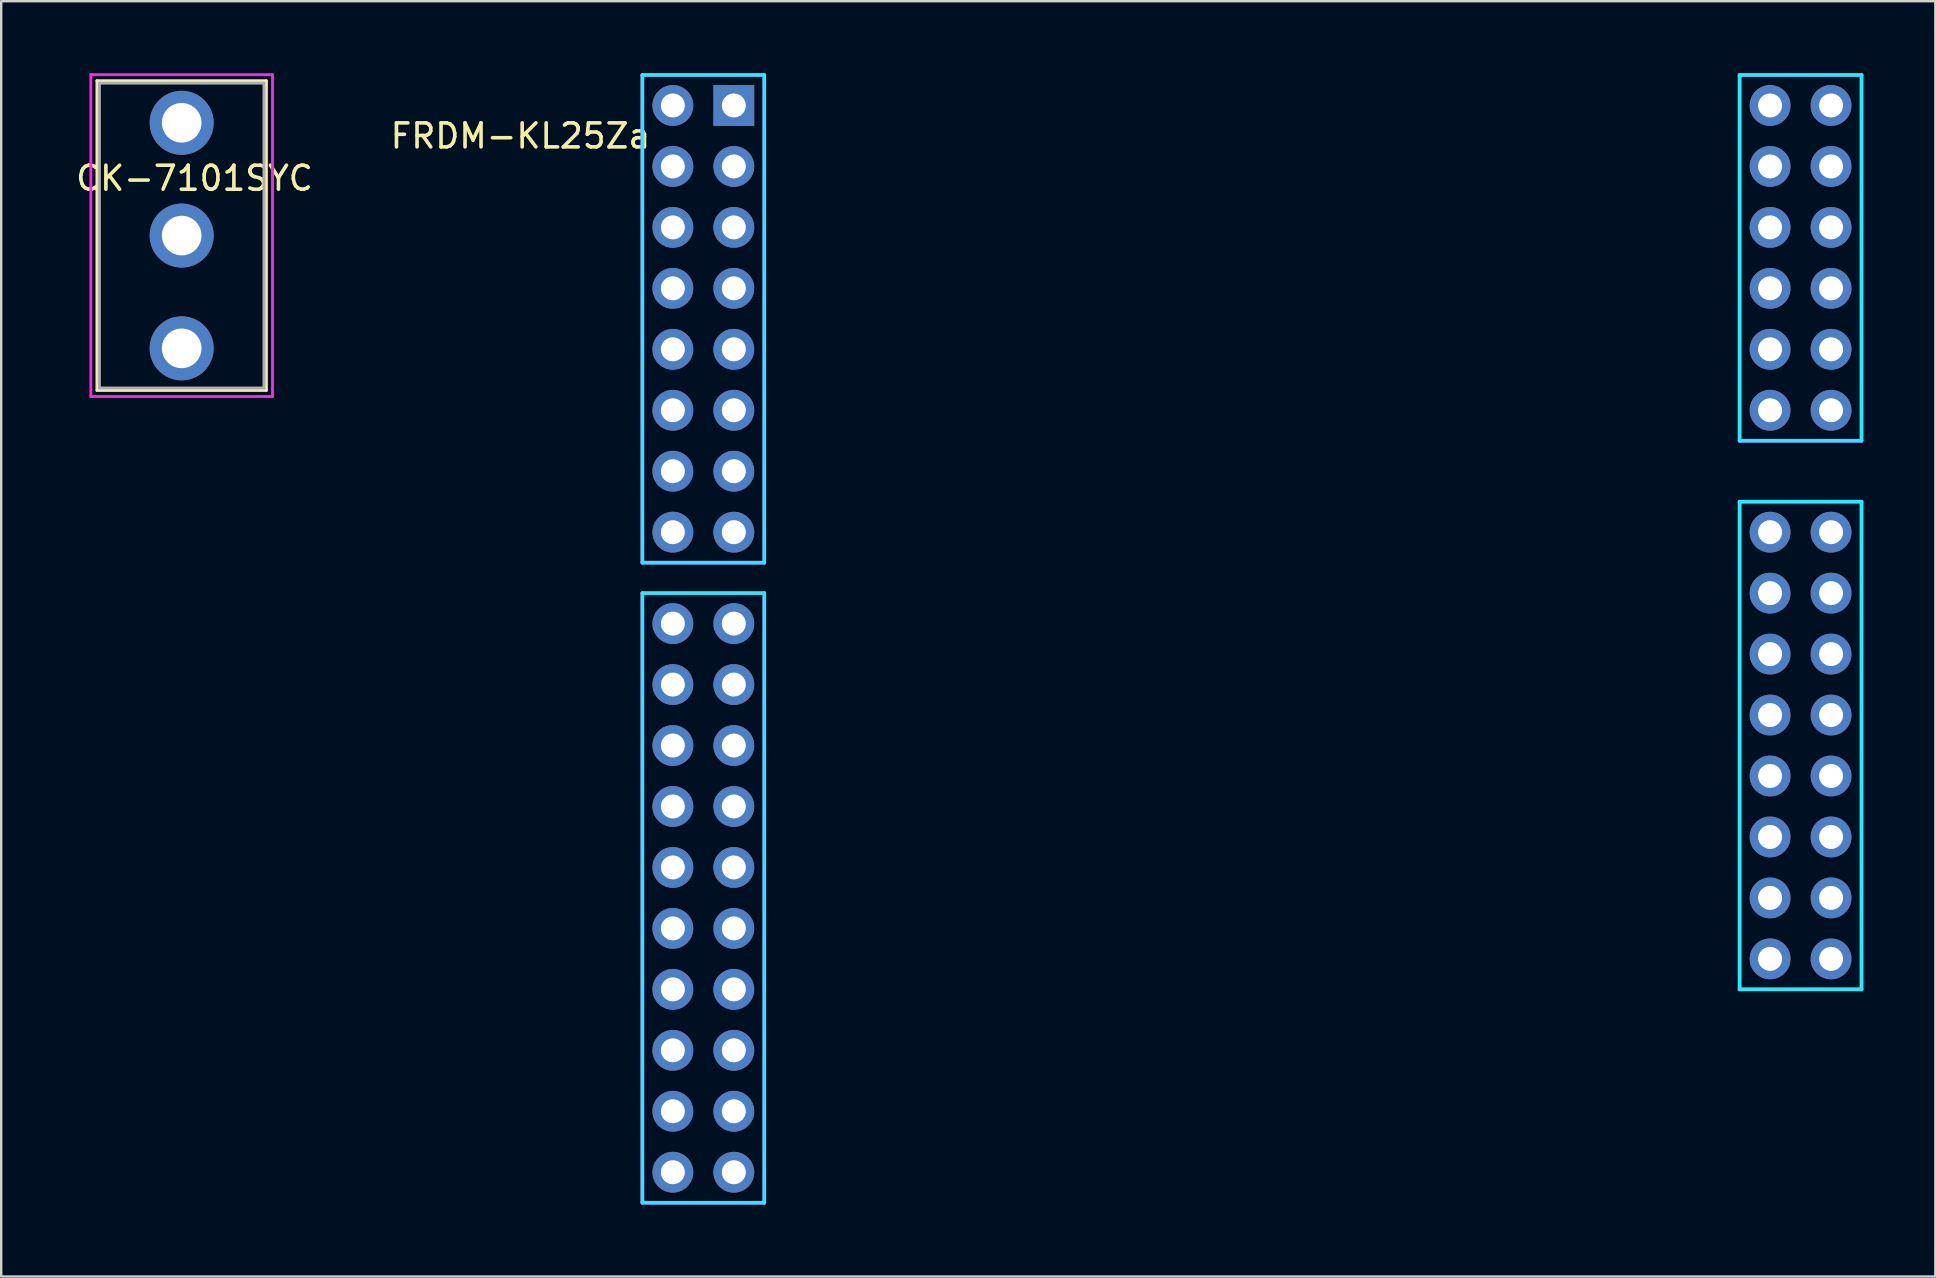
<source format=kicad_pcb>
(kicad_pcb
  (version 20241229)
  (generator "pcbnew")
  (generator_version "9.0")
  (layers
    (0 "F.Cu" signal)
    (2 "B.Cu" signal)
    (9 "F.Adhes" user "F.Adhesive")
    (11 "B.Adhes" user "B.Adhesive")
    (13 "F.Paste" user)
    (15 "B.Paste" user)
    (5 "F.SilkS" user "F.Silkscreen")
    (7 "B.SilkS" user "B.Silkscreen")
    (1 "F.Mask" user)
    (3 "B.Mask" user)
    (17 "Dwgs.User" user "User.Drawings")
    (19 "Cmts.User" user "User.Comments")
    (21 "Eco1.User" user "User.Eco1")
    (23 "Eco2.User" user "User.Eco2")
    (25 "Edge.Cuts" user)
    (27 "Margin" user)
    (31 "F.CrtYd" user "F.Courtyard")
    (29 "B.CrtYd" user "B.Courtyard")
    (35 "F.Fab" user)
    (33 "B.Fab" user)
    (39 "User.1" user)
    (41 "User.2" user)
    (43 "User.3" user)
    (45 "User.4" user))
  (footprint "FRDM-KL25Za"
    (layer "F.Cu")
    (at 27.527 1.345)
    (property "Reference" "FRDM-KL25Za" (at -8.89 1.27 0) (layer "F.SilkS") (effects (font (size 1 1) (thickness 0.15))))
    (attr through_hole)
    (fp_line (start -3.81 -1.27) (end -3.81 19.05) (stroke (width 0.15) (type solid)) (layer "B.CrtYd"))
    (fp_line (start -3.81 19.05) (end 1.27 19.05) (stroke (width 0.15) (type solid)) (layer "B.CrtYd"))
    (fp_line (start -3.81 20.32) (end -3.81 45.72) (stroke (width 0.15) (type solid)) (layer "B.CrtYd"))
    (fp_line (start -3.81 45.72) (end 1.27 45.72) (stroke (width 0.15) (type solid)) (layer "B.CrtYd"))
    (fp_line (start 1.27 -1.27) (end -3.81 -1.27) (stroke (width 0.15) (type solid)) (layer "B.CrtYd"))
    (fp_line (start 1.27 19.05) (end 1.27 -1.27) (stroke (width 0.15) (type solid)) (layer "B.CrtYd"))
    (fp_line (start 1.27 20.32) (end -3.81 20.32) (stroke (width 0.15) (type solid)) (layer "B.CrtYd"))
    (fp_line (start 1.27 45.72) (end 1.27 20.32) (stroke (width 0.15) (type solid)) (layer "B.CrtYd"))
    (fp_line (start 41.91 -1.27) (end 41.91 13.97) (stroke (width 0.15) (type solid)) (layer "B.CrtYd"))
    (fp_line (start 41.91 13.97) (end 46.99 13.97) (stroke (width 0.15) (type solid)) (layer "B.CrtYd"))
    (fp_line (start 41.91 16.51) (end 41.91 36.83) (stroke (width 0.15) (type solid)) (layer "B.CrtYd"))
    (fp_line (start 41.91 36.83) (end 46.99 36.83) (stroke (width 0.15) (type solid)) (layer "B.CrtYd"))
    (fp_line (start 46.99 -1.27) (end 41.91 -1.27) (stroke (width 0.15) (type solid)) (layer "B.CrtYd"))
    (fp_line (start 46.99 13.97) (end 46.99 -1.27) (stroke (width 0.15) (type solid)) (layer "B.CrtYd"))
    (fp_line (start 46.99 16.51) (end 41.91 16.51) (stroke (width 0.15) (type solid)) (layer "B.CrtYd"))
    (fp_line (start 46.99 36.83) (end 46.99 16.51) (stroke (width 0.15) (type solid)) (layer "B.CrtYd"))
    (fp_line (start -3.81 -1.27) (end -3.81 19.05) (stroke (width 0.15) (type solid)) (layer "F.CrtYd"))
    (fp_line (start -3.81 19.05) (end 1.27 19.05) (stroke (width 0.15) (type solid)) (layer "F.CrtYd"))
    (fp_line (start -3.81 20.32) (end -3.81 45.72) (stroke (width 0.15) (type solid)) (layer "F.CrtYd"))
    (fp_line (start -3.81 45.72) (end 1.27 45.72) (stroke (width 0.15) (type solid)) (layer "F.CrtYd"))
    (fp_line (start 1.27 -1.27) (end -3.81 -1.27) (stroke (width 0.15) (type solid)) (layer "F.CrtYd"))
    (fp_line (start 1.27 19.05) (end 1.27 -1.27) (stroke (width 0.15) (type solid)) (layer "F.CrtYd"))
    (fp_line (start 1.27 20.32) (end -3.81 20.32) (stroke (width 0.15) (type solid)) (layer "F.CrtYd"))
    (fp_line (start 1.27 45.72) (end 1.27 20.32) (stroke (width 0.15) (type solid)) (layer "F.CrtYd"))
    (fp_line (start 41.91 -1.27) (end 41.91 13.97) (stroke (width 0.15) (type solid)) (layer "F.CrtYd"))
    (fp_line (start 41.91 13.97) (end 46.99 13.97) (stroke (width 0.15) (type solid)) (layer "F.CrtYd"))
    (fp_line (start 41.91 16.51) (end 41.91 36.83) (stroke (width 0.15) (type solid)) (layer "F.CrtYd"))
    (fp_line (start 41.91 36.83) (end 46.99 36.83) (stroke (width 0.15) (type solid)) (layer "F.CrtYd"))
    (fp_line (start 46.99 -1.27) (end 41.91 -1.27) (stroke (width 0.15) (type solid)) (layer "F.CrtYd"))
    (fp_line (start 46.99 13.97) (end 46.99 -1.27) (stroke (width 0.15) (type solid)) (layer "F.CrtYd"))
    (fp_line (start 46.99 16.51) (end 41.91 16.51) (stroke (width 0.15) (type solid)) (layer "F.CrtYd"))
    (fp_line (start 46.99 36.83) (end 46.99 16.51) (stroke (width 0.15) (type solid)) (layer "F.CrtYd"))
    (pad "1" thru_hole rect (at 0 0) (size 1.7 1.7) (drill 1) (layers "*.Cu" "*.Mask"))
    (pad "2" thru_hole circle (at -2.54 0) (size 1.7 1.7) (drill 1) (layers "*.Cu" "*.Mask"))
    (pad "3" thru_hole circle (at 0 2.54) (size 1.7 1.7) (drill 1) (layers "*.Cu" "*.Mask"))
    (pad "4" thru_hole circle (at -2.54 2.54) (size 1.7 1.7) (drill 1) (layers "*.Cu" "*.Mask"))
    (pad "5" thru_hole circle (at 0 5.08) (size 1.7 1.7) (drill 1) (layers "*.Cu" "*.Mask"))
    (pad "6" thru_hole circle (at -2.54 5.08) (size 1.7 1.7) (drill 1) (layers "*.Cu" "*.Mask"))
    (pad "7" thru_hole circle (at 0 7.62) (size 1.7 1.7) (drill 1) (layers "*.Cu" "*.Mask"))
    (pad "8" thru_hole circle (at -2.54 7.62) (size 1.7 1.7) (drill 1) (layers "*.Cu" "*.Mask"))
    (pad "9" thru_hole circle (at 0 10.16) (size 1.7 1.7) (drill 1) (layers "*.Cu" "*.Mask"))
    (pad "10" thru_hole circle (at -2.54 10.16) (size 1.7 1.7) (drill 1) (layers "*.Cu" "*.Mask"))
    (pad "11" thru_hole circle (at 0 12.7) (size 1.7 1.7) (drill 1) (layers "*.Cu" "*.Mask"))
    (pad "12" thru_hole circle (at -2.54 12.7) (size 1.7 1.7) (drill 1) (layers "*.Cu" "*.Mask"))
    (pad "13" thru_hole circle (at 0 15.24) (size 1.7 1.7) (drill 1) (layers "*.Cu" "*.Mask"))
    (pad "14" thru_hole circle (at -2.54 15.24) (size 1.7 1.7) (drill 1) (layers "*.Cu" "*.Mask"))
    (pad "15" thru_hole circle (at 0 17.78) (size 1.7 1.7) (drill 1) (layers "*.Cu" "*.Mask"))
    (pad "16" thru_hole circle (at -2.54 17.78) (size 1.7 1.7) (drill 1) (layers "*.Cu" "*.Mask"))
    (pad "17" thru_hole circle (at 0 21.59) (size 1.7 1.7) (drill 1) (layers "*.Cu" "*.Mask"))
    (pad "18" thru_hole circle (at -2.54 21.59) (size 1.7 1.7) (drill 1) (layers "*.Cu" "*.Mask"))
    (pad "19" thru_hole circle (at 0 24.13) (size 1.7 1.7) (drill 1) (layers "*.Cu" "*.Mask"))
    (pad "20" thru_hole circle (at -2.54 24.13) (size 1.7 1.7) (drill 1) (layers "*.Cu" "*.Mask"))
    (pad "21" thru_hole circle (at 0 26.67) (size 1.7 1.7) (drill 1) (layers "*.Cu" "*.Mask"))
    (pad "22" thru_hole circle (at -2.54 26.67) (size 1.7 1.7) (drill 1) (layers "*.Cu" "*.Mask"))
    (pad "23" thru_hole circle (at 0 29.21) (size 1.7 1.7) (drill 1) (layers "*.Cu" "*.Mask"))
    (pad "24" thru_hole circle (at -2.54 29.21) (size 1.7 1.7) (drill 1) (layers "*.Cu" "*.Mask"))
    (pad "25" thru_hole circle (at 0 31.75) (size 1.7 1.7) (drill 1) (layers "*.Cu" "*.Mask"))
    (pad "26" thru_hole circle (at -2.54 31.75) (size 1.7 1.7) (drill 1) (layers "*.Cu" "*.Mask"))
    (pad "27" thru_hole circle (at 0 34.29) (size 1.7 1.7) (drill 1) (layers "*.Cu" "*.Mask"))
    (pad "28" thru_hole circle (at -2.54 34.29) (size 1.7 1.7) (drill 1) (layers "*.Cu" "*.Mask"))
    (pad "29" thru_hole circle (at 0 36.83) (size 1.7 1.7) (drill 1) (layers "*.Cu" "*.Mask"))
    (pad "30" thru_hole circle (at -2.54 36.83) (size 1.7 1.7) (drill 1) (layers "*.Cu" "*.Mask"))
    (pad "31" thru_hole circle (at 0 39.37) (size 1.7 1.7) (drill 1) (layers "*.Cu" "*.Mask"))
    (pad "32" thru_hole circle (at -2.54 39.37) (size 1.7 1.7) (drill 1) (layers "*.Cu" "*.Mask"))
    (pad "33" thru_hole circle (at 0 41.91) (size 1.7 1.7) (drill 1) (layers "*.Cu" "*.Mask"))
    (pad "34" thru_hole circle (at -2.54 41.91) (size 1.7 1.7) (drill 1) (layers "*.Cu" "*.Mask"))
    (pad "35" thru_hole circle (at 0 44.45) (size 1.7 1.7) (drill 1) (layers "*.Cu" "*.Mask"))
    (pad "36" thru_hole circle (at -2.54 44.45) (size 1.7 1.7) (drill 1) (layers "*.Cu" "*.Mask"))
    (pad "37" thru_hole circle (at 43.18 35.56) (size 1.7 1.7) (drill 1) (layers "*.Cu" "*.Mask"))
    (pad "38" thru_hole circle (at 45.72 35.56) (size 1.7 1.7) (drill 1) (layers "*.Cu" "*.Mask"))
    (pad "39" thru_hole circle (at 43.18 33.02) (size 1.7 1.7) (drill 1) (layers "*.Cu" "*.Mask"))
    (pad "40" thru_hole circle (at 45.72 33.02) (size 1.7 1.7) (drill 1) (layers "*.Cu" "*.Mask"))
    (pad "41" thru_hole circle (at 43.18 30.48) (size 1.7 1.7) (drill 1) (layers "*.Cu" "*.Mask"))
    (pad "42" thru_hole circle (at 45.72 30.48) (size 1.7 1.7) (drill 1) (layers "*.Cu" "*.Mask"))
    (pad "43" thru_hole circle (at 43.18 27.94) (size 1.7 1.7) (drill 1) (layers "*.Cu" "*.Mask"))
    (pad "44" thru_hole circle (at 45.72 27.94) (size 1.7 1.7) (drill 1) (layers "*.Cu" "*.Mask"))
    (pad "45" thru_hole circle (at 43.18 25.4) (size 1.7 1.7) (drill 1) (layers "*.Cu" "*.Mask"))
    (pad "46" thru_hole circle (at 45.72 25.4) (size 1.7 1.7) (drill 1) (layers "*.Cu" "*.Mask"))
    (pad "47" thru_hole circle (at 43.18 22.86) (size 1.7 1.7) (drill 1) (layers "*.Cu" "*.Mask"))
    (pad "48" thru_hole circle (at 45.72 22.86) (size 1.7 1.7) (drill 1) (layers "*.Cu" "*.Mask"))
    (pad "49" thru_hole circle (at 43.18 20.32) (size 1.7 1.7) (drill 1) (layers "*.Cu" "*.Mask"))
    (pad "50" thru_hole circle (at 45.72 20.32) (size 1.7 1.7) (drill 1) (layers "*.Cu" "*.Mask"))
    (pad "51" thru_hole circle (at 43.18 17.78) (size 1.7 1.7) (drill 1) (layers "*.Cu" "*.Mask"))
    (pad "52" thru_hole circle (at 45.72 17.78) (size 1.7 1.7) (drill 1) (layers "*.Cu" "*.Mask"))
    (pad "53" thru_hole circle (at 43.18 12.7) (size 1.7 1.7) (drill 1) (layers "*.Cu" "*.Mask"))
    (pad "54" thru_hole circle (at 45.72 12.7) (size 1.7 1.7) (drill 1) (layers "*.Cu" "*.Mask"))
    (pad "55" thru_hole circle (at 43.18 10.16) (size 1.7 1.7) (drill 1) (layers "*.Cu" "*.Mask"))
    (pad "56" thru_hole circle (at 45.72 10.16) (size 1.7 1.7) (drill 1) (layers "*.Cu" "*.Mask"))
    (pad "57" thru_hole circle (at 43.18 7.62) (size 1.7 1.7) (drill 1) (layers "*.Cu" "*.Mask"))
    (pad "58" thru_hole circle (at 45.72 7.62) (size 1.7 1.7) (drill 1) (layers "*.Cu" "*.Mask"))
    (pad "59" thru_hole circle (at 43.18 5.08) (size 1.7 1.7) (drill 1) (layers "*.Cu" "*.Mask"))
    (pad "60" thru_hole circle (at 45.72 5.08) (size 1.7 1.7) (drill 1) (layers "*.Cu" "*.Mask"))
    (pad "61" thru_hole circle (at 43.18 2.54) (size 1.7 1.7) (drill 1) (layers "*.Cu" "*.Mask"))
    (pad "62" thru_hole circle (at 45.72 2.54) (size 1.7 1.7) (drill 1) (layers "*.Cu" "*.Mask"))
    (pad "63" thru_hole circle (at 43.18 0) (size 1.7 1.7) (drill 1) (layers "*.Cu" "*.Mask"))
    (pad "64" thru_hole circle (at 45.72 0) (size 1.7 1.7) (drill 1) (layers "*.Cu" "*.Mask")))
  (footprint "CK-7101SYC"
    (layer "F.Cu")
    (at 4.52 6.766)
    (property "Reference" "CK-7101SYC" (at 0.533 -2.388 0) (layer "F.SilkS") (effects (font (size 1 1) (thickness 0.15))))
    (attr through_hole)
    (fp_line (start -3.531 -6.452) (end -3.531 6.452) (stroke (width 0.12) (type solid)) (layer "F.SilkS"))
    (fp_line (start -3.531 -6.452) (end 3.531 -6.452) (stroke (width 0.12) (type solid)) (layer "F.SilkS"))
    (fp_line (start -3.531 6.452) (end 3.531 6.452) (stroke (width 0.12) (type solid)) (layer "F.SilkS"))
    (fp_line (start 3.531 6.452) (end 3.531 -6.452) (stroke (width 0.12) (type solid)) (layer "F.SilkS"))
    (fp_line (start -3.785 -6.706) (end -3.785 6.706) (stroke (width 0.12) (type solid)) (layer "F.CrtYd"))
    (fp_line (start -3.785 6.706) (end 3.785 6.706) (stroke (width 0.12) (type solid)) (layer "F.CrtYd"))
    (fp_line (start 3.785 -6.706) (end -3.785 -6.706) (stroke (width 0.12) (type solid)) (layer "F.CrtYd"))
    (fp_line (start 3.785 6.706) (end 3.785 -6.706) (stroke (width 0.12) (type solid)) (layer "F.CrtYd"))
    (fp_line (start -3.429 -6.35) (end -3.429 6.35) (stroke (width 0.12) (type solid)) (layer "F.Fab"))
    (fp_line (start -3.429 6.35) (end 3.429 6.35) (stroke (width 0.12) (type solid)) (layer "F.Fab"))
    (fp_line (start 3.429 -6.35) (end -3.429 -6.35) (stroke (width 0.12) (type solid)) (layer "F.Fab"))
    (fp_line (start 3.429 6.35) (end 3.429 -6.35) (stroke (width 0.12) (type solid)) (layer "F.Fab"))
    (pad "1" thru_hole circle (at 0 -4.699) (size 2.667 2.667) (drill 1.651) (layers "*.Cu" "*.Mask"))
    (pad "2" thru_hole circle (at 0 0) (size 2.667 2.667) (drill 1.651) (layers "*.Cu" "*.Mask"))
    (pad "3" thru_hole circle (at 0 4.699) (size 2.667 2.667) (drill 1.651) (layers "*.Cu" "*.Mask")))
  (gr_rect
    (start -3 -3)
    (end 77.592 50.14)
    (stroke (width 0.1) (type default))
    (fill no)
    (layer "Edge.Cuts")))
</source>
